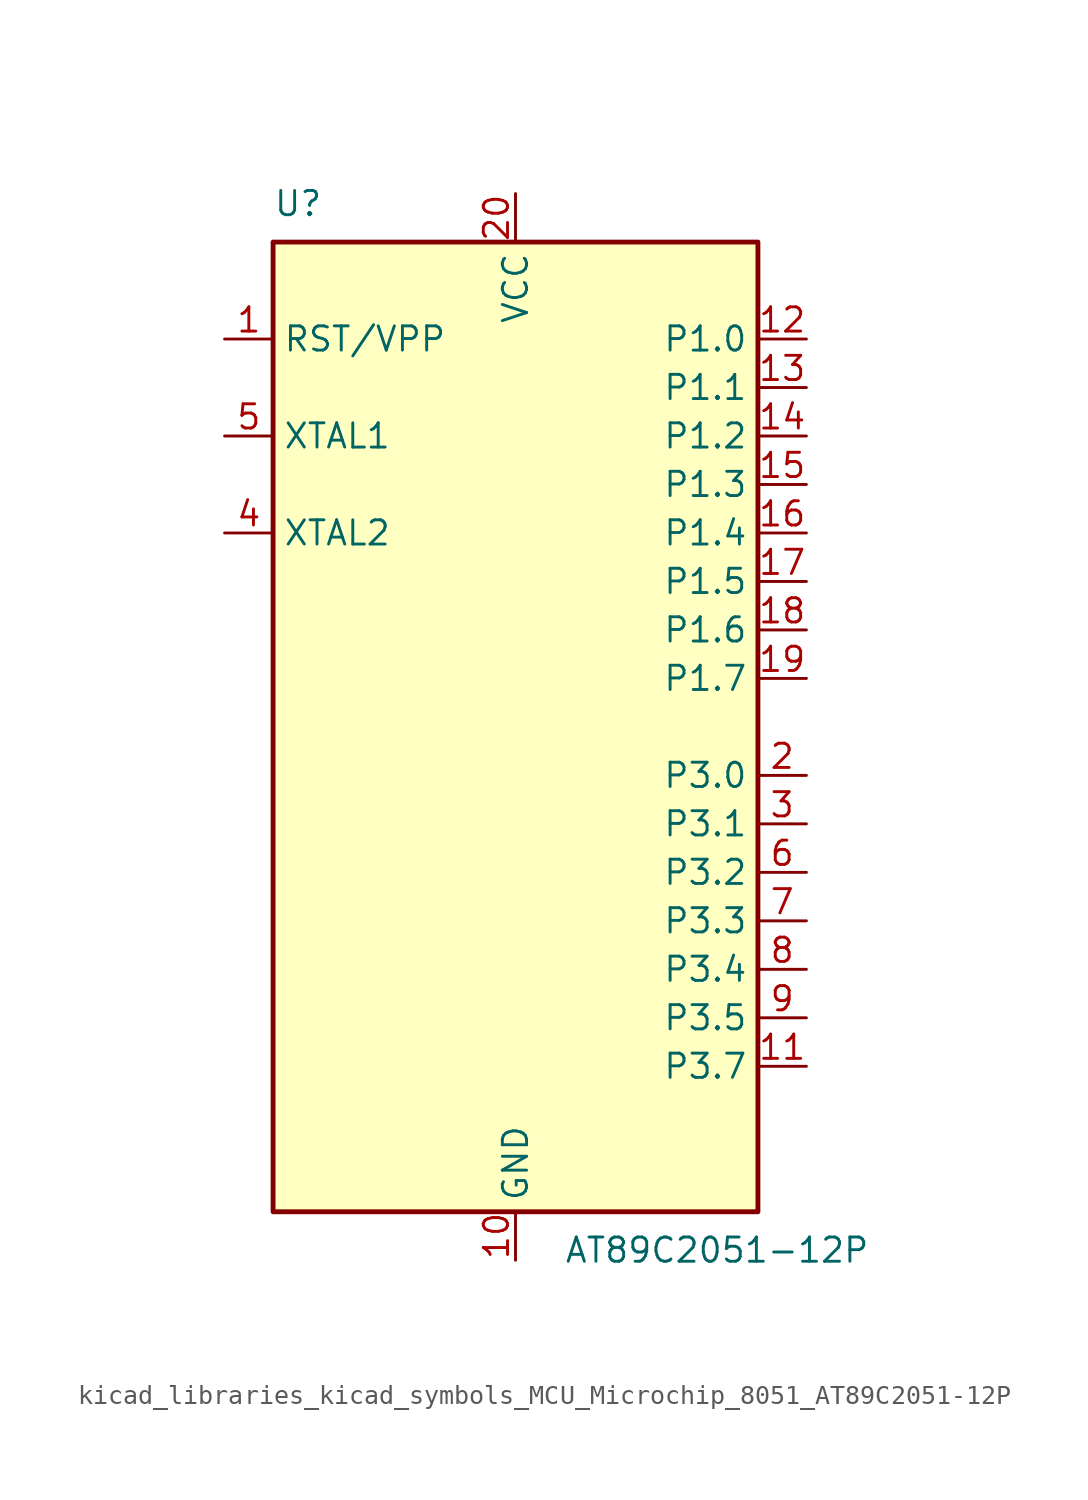
<source format=kicad_sym>
(kicad_symbol_lib
  (version 20220914)
  (generator kicad_symbol_editor)
  (symbol "kicad_libraries_kicad_symbols_MCU_Microchip_8051_AT89C2051-12P"
    (property "Reference" "U"
      (at -12.7 26.67 0)
      (effects (font (size 1.27 1.27)) (justify left bottom)))
    (property "Value" "AT89C2051-12P"
      (at 2.54 -26.67 0)
      (effects (font (size 1.27 1.27)) (justify left top)))
    (symbol "kicad_libraries_kicad_symbols_MCU_Microchip_8051_AT89C2051-12P_0_1"
      (rectangle (start -12.7 -25.4) (end 12.7 25.4) (stroke (width 0.254) (type default)) (fill (type background))))
    (symbol "kicad_libraries_kicad_symbols_MCU_Microchip_8051_AT89C2051-12P_1_1"
      (pin input line (at -15.24 20.32 0) (length 2.54) (name "RST/VPP" (effects (font (size 1.27 1.27)))) (number "1" (effects (font (size 1.27 1.27)))))
      (pin power_in line (at 0 -27.94 90) (length 2.54) (name "GND" (effects (font (size 1.27 1.27)))) (number "10" (effects (font (size 1.27 1.27)))))
      (pin bidirectional line (at 15.24 -17.78 180) (length 2.54) (name "P3.7" (effects (font (size 1.27 1.27)))) (number "11" (effects (font (size 1.27 1.27)))))
      (pin bidirectional line (at 15.24 20.32 180) (length 2.54) (name "P1.0" (effects (font (size 1.27 1.27)))) (number "12" (effects (font (size 1.27 1.27)))))
      (pin bidirectional line (at 15.24 17.78 180) (length 2.54) (name "P1.1" (effects (font (size 1.27 1.27)))) (number "13" (effects (font (size 1.27 1.27)))))
      (pin bidirectional line (at 15.24 15.24 180) (length 2.54) (name "P1.2" (effects (font (size 1.27 1.27)))) (number "14" (effects (font (size 1.27 1.27)))))
      (pin bidirectional line (at 15.24 12.7 180) (length 2.54) (name "P1.3" (effects (font (size 1.27 1.27)))) (number "15" (effects (font (size 1.27 1.27)))))
      (pin bidirectional line (at 15.24 10.16 180) (length 2.54) (name "P1.4" (effects (font (size 1.27 1.27)))) (number "16" (effects (font (size 1.27 1.27)))))
      (pin bidirectional line (at 15.24 7.62 180) (length 2.54) (name "P1.5" (effects (font (size 1.27 1.27)))) (number "17" (effects (font (size 1.27 1.27)))))
      (pin bidirectional line (at 15.24 5.08 180) (length 2.54) (name "P1.6" (effects (font (size 1.27 1.27)))) (number "18" (effects (font (size 1.27 1.27)))))
      (pin bidirectional line (at 15.24 2.54 180) (length 2.54) (name "P1.7" (effects (font (size 1.27 1.27)))) (number "19" (effects (font (size 1.27 1.27)))))
      (pin bidirectional line (at 15.24 -2.54 180) (length 2.54) (name "P3.0" (effects (font (size 1.27 1.27)))) (number "2" (effects (font (size 1.27 1.27)))))
      (pin power_in line (at 0 27.94 270) (length 2.54) (name "VCC" (effects (font (size 1.27 1.27)))) (number "20" (effects (font (size 1.27 1.27)))))
      (pin bidirectional line (at 15.24 -5.08 180) (length 2.54) (name "P3.1" (effects (font (size 1.27 1.27)))) (number "3" (effects (font (size 1.27 1.27)))))
      (pin output line (at -15.24 10.16 0) (length 2.54) (name "XTAL2" (effects (font (size 1.27 1.27)))) (number "4" (effects (font (size 1.27 1.27)))))
      (pin input line (at -15.24 15.24 0) (length 2.54) (name "XTAL1" (effects (font (size 1.27 1.27)))) (number "5" (effects (font (size 1.27 1.27)))))
      (pin bidirectional line (at 15.24 -7.62 180) (length 2.54) (name "P3.2" (effects (font (size 1.27 1.27)))) (number "6" (effects (font (size 1.27 1.27)))))
      (pin bidirectional line (at 15.24 -10.16 180) (length 2.54) (name "P3.3" (effects (font (size 1.27 1.27)))) (number "7" (effects (font (size 1.27 1.27)))))
      (pin bidirectional line (at 15.24 -12.7 180) (length 2.54) (name "P3.4" (effects (font (size 1.27 1.27)))) (number "8" (effects (font (size 1.27 1.27)))))
      (pin bidirectional line (at 15.24 -15.24 180) (length 2.54) (name "P3.5" (effects (font (size 1.27 1.27)))) (number "9" (effects (font (size 1.27 1.27))))))))
</source>
